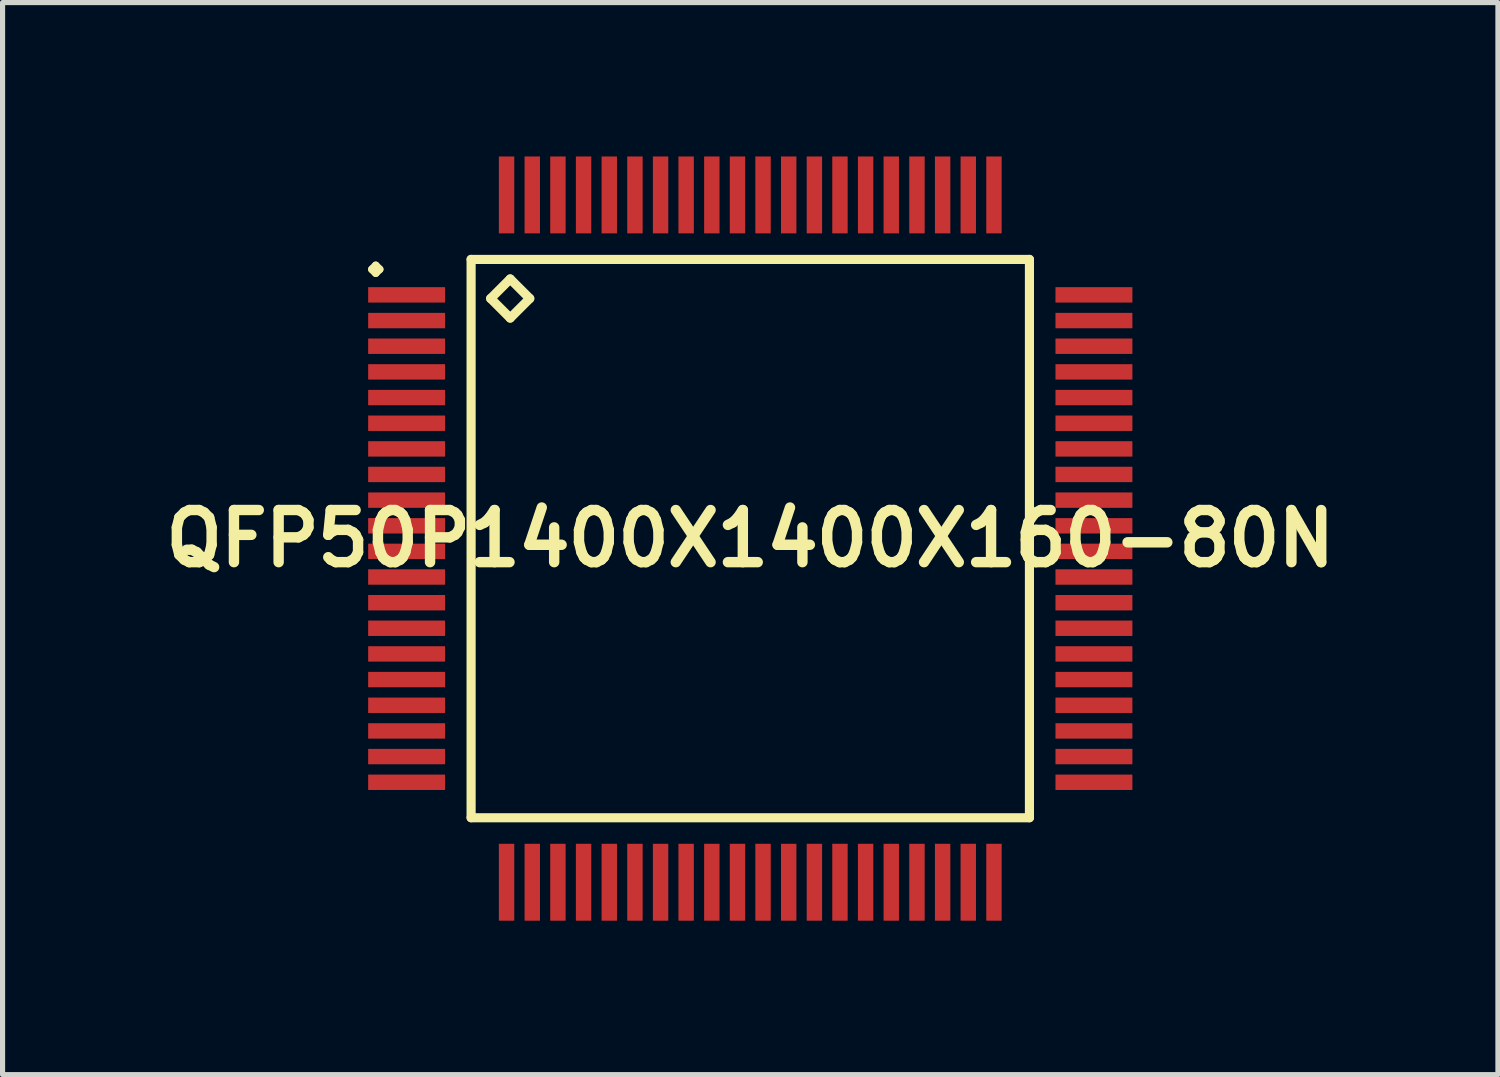
<source format=kicad_pcb>
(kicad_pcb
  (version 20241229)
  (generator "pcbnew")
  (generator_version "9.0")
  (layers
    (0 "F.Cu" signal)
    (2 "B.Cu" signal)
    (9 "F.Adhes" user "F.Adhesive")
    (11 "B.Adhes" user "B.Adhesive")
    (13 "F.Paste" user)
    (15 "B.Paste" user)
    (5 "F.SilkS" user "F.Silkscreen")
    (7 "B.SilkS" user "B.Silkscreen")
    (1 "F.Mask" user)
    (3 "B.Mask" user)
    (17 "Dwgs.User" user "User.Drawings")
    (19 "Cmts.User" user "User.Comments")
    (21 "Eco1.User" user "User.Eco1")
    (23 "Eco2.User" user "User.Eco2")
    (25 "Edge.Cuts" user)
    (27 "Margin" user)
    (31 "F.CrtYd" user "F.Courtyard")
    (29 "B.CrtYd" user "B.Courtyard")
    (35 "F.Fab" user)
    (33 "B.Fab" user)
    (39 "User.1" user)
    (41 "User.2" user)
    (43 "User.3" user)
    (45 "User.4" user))
  (footprint "QFP50P1400X1400X160-80N"
    (layer "F.Cu")
    (at 11.573 7.447)
    (property "Reference" "QFP50P1400X1400X160-80N" (at 0 0 0) (layer "F.SilkS") (effects (font (size 1.016 1.016) (thickness 0.203))))
    (attr smd)
    (fp_line (start -7.374 -5.248) (end -7.3 -5.324) (stroke (width 0.15) (type solid)) (layer "F.SilkS"))
    (fp_line (start -7.3 -5.324) (end -7.224 -5.248) (stroke (width 0.15) (type solid)) (layer "F.SilkS"))
    (fp_line (start -7.3 -5.174) (end -7.374 -5.248) (stroke (width 0.15) (type solid)) (layer "F.SilkS"))
    (fp_line (start -7.224 -5.248) (end -7.3 -5.174) (stroke (width 0.15) (type solid)) (layer "F.SilkS"))
    (fp_line (start -5.441 -5.441) (end -5.441 5.441) (stroke (width 0.178) (type solid)) (layer "F.SilkS"))
    (fp_line (start -5.441 5.441) (end 5.441 5.441) (stroke (width 0.178) (type solid)) (layer "F.SilkS"))
    (fp_line (start -5.06 -4.679) (end -4.679 -5.06) (stroke (width 0.178) (type solid)) (layer "F.SilkS"))
    (fp_line (start -4.679 -5.06) (end -4.298 -4.679) (stroke (width 0.178) (type solid)) (layer "F.SilkS"))
    (fp_line (start -4.679 -4.298) (end -5.06 -4.679) (stroke (width 0.178) (type solid)) (layer "F.SilkS"))
    (fp_line (start -4.298 -4.679) (end -4.679 -4.298) (stroke (width 0.178) (type solid)) (layer "F.SilkS"))
    (fp_line (start 5.441 -5.441) (end -5.441 -5.441) (stroke (width 0.178) (type solid)) (layer "F.SilkS"))
    (fp_line (start 5.441 5.441) (end 5.441 -5.441) (stroke (width 0.178) (type solid)) (layer "F.SilkS"))
    (pad "1" smd rect (at -6.698 -4.75) (size 1.499 0.3) (layers "F.Cu" "F.Mask" "F.Paste"))
    (pad "2" smd rect (at -6.698 -4.249) (size 1.499 0.3) (layers "F.Cu" "F.Mask" "F.Paste"))
    (pad "3" smd rect (at -6.698 -3.749) (size 1.499 0.3) (layers "F.Cu" "F.Mask" "F.Paste"))
    (pad "4" smd rect (at -6.698 -3.249) (size 1.499 0.3) (layers "F.Cu" "F.Mask" "F.Paste"))
    (pad "5" smd rect (at -6.698 -2.748) (size 1.499 0.3) (layers "F.Cu" "F.Mask" "F.Paste"))
    (pad "6" smd rect (at -6.698 -2.248) (size 1.499 0.3) (layers "F.Cu" "F.Mask" "F.Paste"))
    (pad "7" smd rect (at -6.698 -1.748) (size 1.499 0.3) (layers "F.Cu" "F.Mask" "F.Paste"))
    (pad "8" smd rect (at -6.698 -1.25) (size 1.499 0.3) (layers "F.Cu" "F.Mask" "F.Paste"))
    (pad "9" smd rect (at -6.698 -0.749) (size 1.499 0.3) (layers "F.Cu" "F.Mask" "F.Paste"))
    (pad "10" smd rect (at -6.698 -0.249) (size 1.499 0.3) (layers "F.Cu" "F.Mask" "F.Paste"))
    (pad "11" smd rect (at -6.698 0.249) (size 1.499 0.3) (layers "F.Cu" "F.Mask" "F.Paste"))
    (pad "12" smd rect (at -6.698 0.749) (size 1.499 0.3) (layers "F.Cu" "F.Mask" "F.Paste"))
    (pad "13" smd rect (at -6.698 1.25) (size 1.499 0.3) (layers "F.Cu" "F.Mask" "F.Paste"))
    (pad "14" smd rect (at -6.698 1.748) (size 1.499 0.3) (layers "F.Cu" "F.Mask" "F.Paste"))
    (pad "15" smd rect (at -6.698 2.248) (size 1.499 0.3) (layers "F.Cu" "F.Mask" "F.Paste"))
    (pad "16" smd rect (at -6.698 2.748) (size 1.499 0.3) (layers "F.Cu" "F.Mask" "F.Paste"))
    (pad "17" smd rect (at -6.698 3.249) (size 1.499 0.3) (layers "F.Cu" "F.Mask" "F.Paste"))
    (pad "18" smd rect (at -6.698 3.749) (size 1.499 0.3) (layers "F.Cu" "F.Mask" "F.Paste"))
    (pad "19" smd rect (at -6.698 4.249) (size 1.499 0.3) (layers "F.Cu" "F.Mask" "F.Paste"))
    (pad "20" smd rect (at -6.698 4.75) (size 1.499 0.3) (layers "F.Cu" "F.Mask" "F.Paste"))
    (pad "21" smd rect (at -4.75 6.698) (size 0.3 1.499) (layers "F.Cu" "F.Mask" "F.Paste"))
    (pad "22" smd rect (at -4.249 6.698) (size 0.3 1.499) (layers "F.Cu" "F.Mask" "F.Paste"))
    (pad "23" smd rect (at -3.749 6.698) (size 0.3 1.499) (layers "F.Cu" "F.Mask" "F.Paste"))
    (pad "24" smd rect (at -3.249 6.698) (size 0.3 1.499) (layers "F.Cu" "F.Mask" "F.Paste"))
    (pad "25" smd rect (at -2.748 6.698) (size 0.3 1.499) (layers "F.Cu" "F.Mask" "F.Paste"))
    (pad "26" smd rect (at -2.248 6.698) (size 0.3 1.499) (layers "F.Cu" "F.Mask" "F.Paste"))
    (pad "27" smd rect (at -1.748 6.698) (size 0.3 1.499) (layers "F.Cu" "F.Mask" "F.Paste"))
    (pad "28" smd rect (at -1.25 6.698) (size 0.3 1.499) (layers "F.Cu" "F.Mask" "F.Paste"))
    (pad "29" smd rect (at -0.749 6.698) (size 0.3 1.499) (layers "F.Cu" "F.Mask" "F.Paste"))
    (pad "30" smd rect (at -0.249 6.698) (size 0.3 1.499) (layers "F.Cu" "F.Mask" "F.Paste"))
    (pad "31" smd rect (at 0.249 6.698) (size 0.3 1.499) (layers "F.Cu" "F.Mask" "F.Paste"))
    (pad "32" smd rect (at 0.749 6.698) (size 0.3 1.499) (layers "F.Cu" "F.Mask" "F.Paste"))
    (pad "33" smd rect (at 1.25 6.698) (size 0.3 1.499) (layers "F.Cu" "F.Mask" "F.Paste"))
    (pad "34" smd rect (at 1.748 6.698) (size 0.3 1.499) (layers "F.Cu" "F.Mask" "F.Paste"))
    (pad "35" smd rect (at 2.248 6.698) (size 0.3 1.499) (layers "F.Cu" "F.Mask" "F.Paste"))
    (pad "36" smd rect (at 2.748 6.698) (size 0.3 1.499) (layers "F.Cu" "F.Mask" "F.Paste"))
    (pad "37" smd rect (at 3.249 6.698) (size 0.3 1.499) (layers "F.Cu" "F.Mask" "F.Paste"))
    (pad "38" smd rect (at 3.749 6.698) (size 0.3 1.499) (layers "F.Cu" "F.Mask" "F.Paste"))
    (pad "39" smd rect (at 4.249 6.698) (size 0.3 1.499) (layers "F.Cu" "F.Mask" "F.Paste"))
    (pad "40" smd rect (at 4.75 6.698) (size 0.3 1.499) (layers "F.Cu" "F.Mask" "F.Paste"))
    (pad "41" smd rect (at 6.698 4.75) (size 1.499 0.3) (layers "F.Cu" "F.Mask" "F.Paste"))
    (pad "42" smd rect (at 6.698 4.249) (size 1.499 0.3) (layers "F.Cu" "F.Mask" "F.Paste"))
    (pad "43" smd rect (at 6.698 3.749) (size 1.499 0.3) (layers "F.Cu" "F.Mask" "F.Paste"))
    (pad "44" smd rect (at 6.698 3.249) (size 1.499 0.3) (layers "F.Cu" "F.Mask" "F.Paste"))
    (pad "45" smd rect (at 6.698 2.748) (size 1.499 0.3) (layers "F.Cu" "F.Mask" "F.Paste"))
    (pad "46" smd rect (at 6.698 2.248) (size 1.499 0.3) (layers "F.Cu" "F.Mask" "F.Paste"))
    (pad "47" smd rect (at 6.698 1.748) (size 1.499 0.3) (layers "F.Cu" "F.Mask" "F.Paste"))
    (pad "48" smd rect (at 6.698 1.25) (size 1.499 0.3) (layers "F.Cu" "F.Mask" "F.Paste"))
    (pad "49" smd rect (at 6.698 0.749) (size 1.499 0.3) (layers "F.Cu" "F.Mask" "F.Paste"))
    (pad "50" smd rect (at 6.698 0.249) (size 1.499 0.3) (layers "F.Cu" "F.Mask" "F.Paste"))
    (pad "51" smd rect (at 6.698 -0.249) (size 1.499 0.3) (layers "F.Cu" "F.Mask" "F.Paste"))
    (pad "52" smd rect (at 6.698 -0.749) (size 1.499 0.3) (layers "F.Cu" "F.Mask" "F.Paste"))
    (pad "53" smd rect (at 6.698 -1.25) (size 1.499 0.3) (layers "F.Cu" "F.Mask" "F.Paste"))
    (pad "54" smd rect (at 6.698 -1.748) (size 1.499 0.3) (layers "F.Cu" "F.Mask" "F.Paste"))
    (pad "55" smd rect (at 6.698 -2.248) (size 1.499 0.3) (layers "F.Cu" "F.Mask" "F.Paste"))
    (pad "56" smd rect (at 6.698 -2.748) (size 1.499 0.3) (layers "F.Cu" "F.Mask" "F.Paste"))
    (pad "57" smd rect (at 6.698 -3.249) (size 1.499 0.3) (layers "F.Cu" "F.Mask" "F.Paste"))
    (pad "58" smd rect (at 6.698 -3.749) (size 1.499 0.3) (layers "F.Cu" "F.Mask" "F.Paste"))
    (pad "59" smd rect (at 6.698 -4.249) (size 1.499 0.3) (layers "F.Cu" "F.Mask" "F.Paste"))
    (pad "60" smd rect (at 6.698 -4.75) (size 1.499 0.3) (layers "F.Cu" "F.Mask" "F.Paste"))
    (pad "61" smd rect (at 4.75 -6.698) (size 0.3 1.499) (layers "F.Cu" "F.Mask" "F.Paste"))
    (pad "62" smd rect (at 4.249 -6.698) (size 0.3 1.499) (layers "F.Cu" "F.Mask" "F.Paste"))
    (pad "63" smd rect (at 3.749 -6.698) (size 0.3 1.499) (layers "F.Cu" "F.Mask" "F.Paste"))
    (pad "64" smd rect (at 3.249 -6.698) (size 0.3 1.499) (layers "F.Cu" "F.Mask" "F.Paste"))
    (pad "65" smd rect (at 2.748 -6.698) (size 0.3 1.499) (layers "F.Cu" "F.Mask" "F.Paste"))
    (pad "66" smd rect (at 2.248 -6.698) (size 0.3 1.499) (layers "F.Cu" "F.Mask" "F.Paste"))
    (pad "67" smd rect (at 1.748 -6.698) (size 0.3 1.499) (layers "F.Cu" "F.Mask" "F.Paste"))
    (pad "68" smd rect (at 1.25 -6.698) (size 0.3 1.499) (layers "F.Cu" "F.Mask" "F.Paste"))
    (pad "69" smd rect (at 0.749 -6.698) (size 0.3 1.499) (layers "F.Cu" "F.Mask" "F.Paste"))
    (pad "70" smd rect (at 0.249 -6.698) (size 0.3 1.499) (layers "F.Cu" "F.Mask" "F.Paste"))
    (pad "71" smd rect (at -0.249 -6.698) (size 0.3 1.499) (layers "F.Cu" "F.Mask" "F.Paste"))
    (pad "72" smd rect (at -0.749 -6.698) (size 0.3 1.499) (layers "F.Cu" "F.Mask" "F.Paste"))
    (pad "73" smd rect (at -1.25 -6.698) (size 0.3 1.499) (layers "F.Cu" "F.Mask" "F.Paste"))
    (pad "74" smd rect (at -1.748 -6.698) (size 0.3 1.499) (layers "F.Cu" "F.Mask" "F.Paste"))
    (pad "75" smd rect (at -2.248 -6.698) (size 0.3 1.499) (layers "F.Cu" "F.Mask" "F.Paste"))
    (pad "76" smd rect (at -2.748 -6.698) (size 0.3 1.499) (layers "F.Cu" "F.Mask" "F.Paste"))
    (pad "77" smd rect (at -3.249 -6.698) (size 0.3 1.499) (layers "F.Cu" "F.Mask" "F.Paste"))
    (pad "78" smd rect (at -3.749 -6.698) (size 0.3 1.499) (layers "F.Cu" "F.Mask" "F.Paste"))
    (pad "79" smd rect (at -4.249 -6.698) (size 0.3 1.499) (layers "F.Cu" "F.Mask" "F.Paste"))
    (pad "80" smd rect (at -4.75 -6.698) (size 0.3 1.499) (layers "F.Cu" "F.Mask" "F.Paste")))
  (gr_rect
    (start -3 -3)
    (end 26.145 17.895)
    (stroke (width 0.1) (type default))
    (fill no)
    (layer "Edge.Cuts")))
</source>
